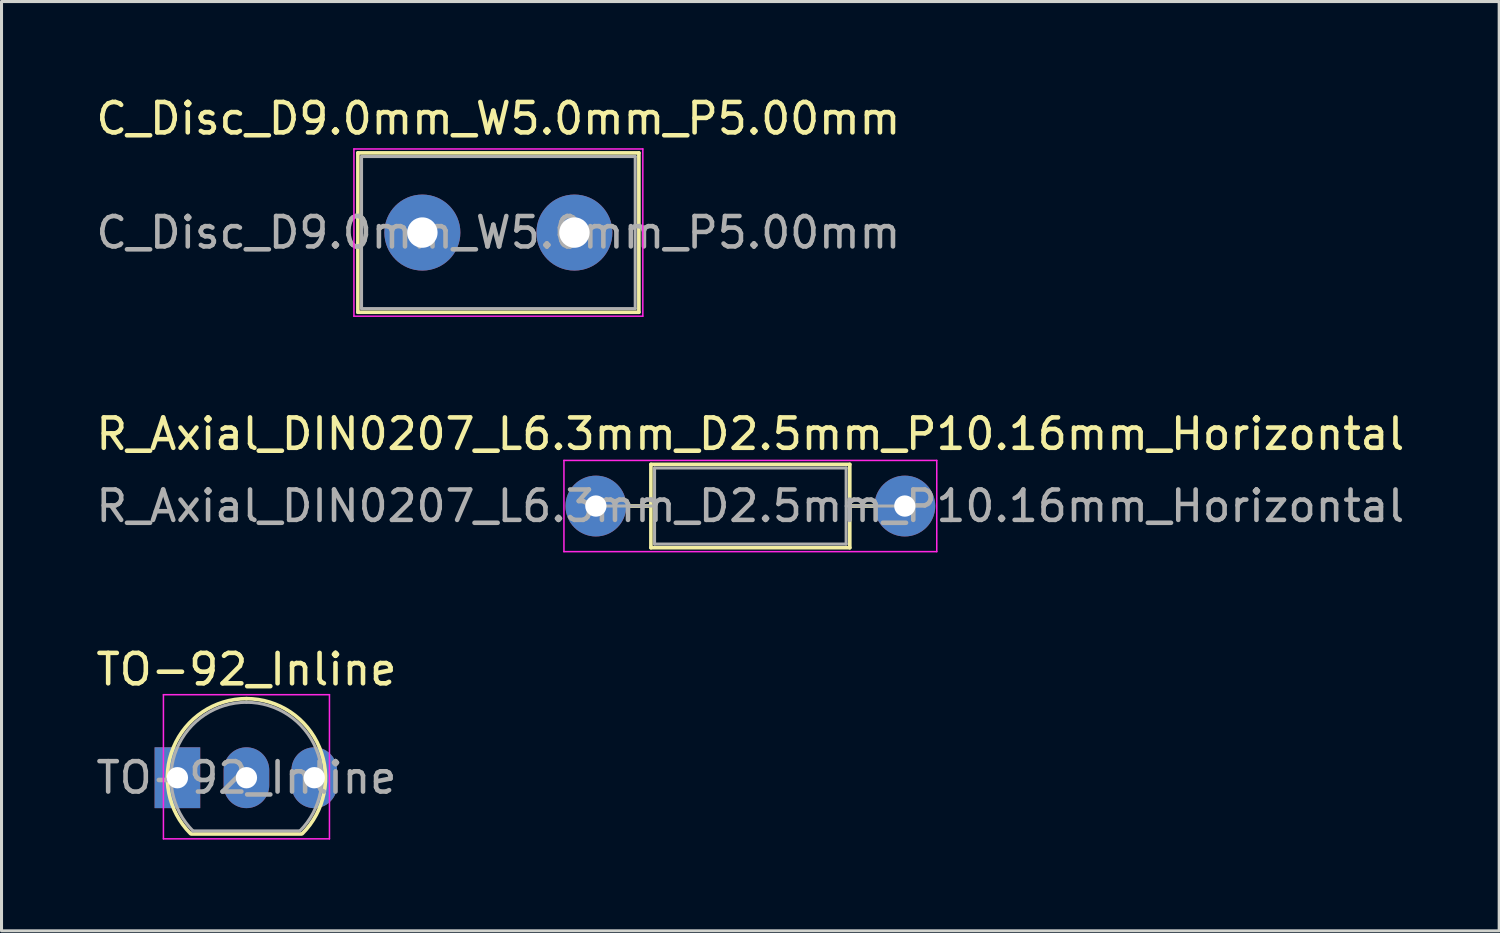
<source format=kicad_pcb>
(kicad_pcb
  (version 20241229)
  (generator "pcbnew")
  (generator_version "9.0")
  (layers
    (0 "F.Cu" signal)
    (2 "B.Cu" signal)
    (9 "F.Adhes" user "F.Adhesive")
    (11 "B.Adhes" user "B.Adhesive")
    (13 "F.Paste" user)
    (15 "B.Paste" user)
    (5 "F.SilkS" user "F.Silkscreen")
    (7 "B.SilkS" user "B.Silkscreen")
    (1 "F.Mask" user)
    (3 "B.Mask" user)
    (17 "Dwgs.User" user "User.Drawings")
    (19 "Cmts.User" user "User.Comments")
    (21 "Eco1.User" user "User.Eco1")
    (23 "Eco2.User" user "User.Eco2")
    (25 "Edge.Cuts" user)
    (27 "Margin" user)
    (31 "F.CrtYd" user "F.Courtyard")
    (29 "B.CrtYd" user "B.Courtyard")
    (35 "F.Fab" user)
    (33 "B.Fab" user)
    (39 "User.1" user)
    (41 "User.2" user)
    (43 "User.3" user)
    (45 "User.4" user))
  (footprint "R_Axial_DIN0207_L6.3mm_D2.5mm_P10.16mm_Horizontal"
    (layer "F.Cu")
    (at 16.545 13.591)
    (property "Reference" "R_Axial_DIN0207_L6.3mm_D2.5mm_P10.16mm_Horizontal" (at 5.08 -2.37 0) (layer "F.SilkS") (effects (font (size 1 1) (thickness 0.15))))
    (attr through_hole)
    (fp_line (start 1.04 0) (end 1.81 0) (stroke (width 0.12) (type solid)) (layer "F.SilkS"))
    (fp_line (start 1.81 -1.37) (end 1.81 1.37) (stroke (width 0.12) (type solid)) (layer "F.SilkS"))
    (fp_line (start 1.81 1.37) (end 8.35 1.37) (stroke (width 0.12) (type solid)) (layer "F.SilkS"))
    (fp_line (start 8.35 -1.37) (end 1.81 -1.37) (stroke (width 0.12) (type solid)) (layer "F.SilkS"))
    (fp_line (start 8.35 1.37) (end 8.35 -1.37) (stroke (width 0.12) (type solid)) (layer "F.SilkS"))
    (fp_line (start 9.12 0) (end 8.35 0) (stroke (width 0.12) (type solid)) (layer "F.SilkS"))
    (fp_line (start -1.05 -1.5) (end -1.05 1.5) (stroke (width 0.05) (type solid)) (layer "F.CrtYd"))
    (fp_line (start -1.05 1.5) (end 11.21 1.5) (stroke (width 0.05) (type solid)) (layer "F.CrtYd"))
    (fp_line (start 11.21 -1.5) (end -1.05 -1.5) (stroke (width 0.05) (type solid)) (layer "F.CrtYd"))
    (fp_line (start 11.21 1.5) (end 11.21 -1.5) (stroke (width 0.05) (type solid)) (layer "F.CrtYd"))
    (fp_line (start 0 0) (end 1.93 0) (stroke (width 0.1) (type solid)) (layer "F.Fab"))
    (fp_line (start 1.93 -1.25) (end 1.93 1.25) (stroke (width 0.1) (type solid)) (layer "F.Fab"))
    (fp_line (start 1.93 1.25) (end 8.23 1.25) (stroke (width 0.1) (type solid)) (layer "F.Fab"))
    (fp_line (start 8.23 -1.25) (end 1.93 -1.25) (stroke (width 0.1) (type solid)) (layer "F.Fab"))
    (fp_line (start 8.23 1.25) (end 8.23 -1.25) (stroke (width 0.1) (type solid)) (layer "F.Fab"))
    (fp_line (start 10.16 0) (end 8.23 0) (stroke (width 0.1) (type solid)) (layer "F.Fab"))
    (fp_text user "${REFERENCE}" (at 5.08 0 0) (layer "F.Fab") (effects (font (size 1 1) (thickness 0.15))))
    (pad "1" thru_hole circle (at 0 0) (size 2 2) (drill 0.7) (layers "*.Cu" "*.Mask"))
    (pad "2" thru_hole circle (at 10.16 0) (size 2 2) (drill 0.7) (layers "*.Cu" "*.Mask")))
  (footprint "TO-92_Inline"
    (layer "F.Cu")
    (at 3.784 22.525)
    (property "Reference" "TO-92_Inline" (at 1.27 -3.56 0) (layer "F.SilkS") (effects (font (size 1 1) (thickness 0.15))))
    (attr through_hole)
    (fp_line (start -0.53 1.85) (end 3.07 1.85) (stroke (width 0.12) (type solid)) (layer "F.SilkS"))
    (fp_arc (start -0.568478 1.838478) (mid -1.132087 -0.994977) (end 1.27 -2.6) (stroke (width 0.12) (type solid)) (layer "F.SilkS"))
    (fp_arc (start 1.27 -2.6) (mid 3.672087 -0.994977) (end 3.108478 1.838478) (stroke (width 0.12) (type solid)) (layer "F.SilkS"))
    (fp_line (start -1.46 -2.73) (end -1.46 2.01) (stroke (width 0.05) (type solid)) (layer "F.CrtYd"))
    (fp_line (start -1.46 -2.73) (end 4 -2.73) (stroke (width 0.05) (type solid)) (layer "F.CrtYd"))
    (fp_line (start 4 2.01) (end -1.46 2.01) (stroke (width 0.05) (type solid)) (layer "F.CrtYd"))
    (fp_line (start 4 2.01) (end 4 -2.73) (stroke (width 0.05) (type solid)) (layer "F.CrtYd"))
    (fp_line (start -0.5 1.75) (end 3 1.75) (stroke (width 0.1) (type solid)) (layer "F.Fab"))
    (fp_arc (start -0.483625 1.753625) (mid -1.021221 -0.949055) (end 1.27 -2.48) (stroke (width 0.1) (type solid)) (layer "F.Fab"))
    (fp_arc (start 1.27 -2.48) (mid 3.561221 -0.949055) (end 3.023625 1.753625) (stroke (width 0.1) (type solid)) (layer "F.Fab"))
    (fp_text user "${REFERENCE}" (at 1.27 0 0) (layer "F.Fab") (effects (font (size 1 1) (thickness 0.15))))
    (pad "1" thru_hole rect (at -1 0) (size 1.5 2) (drill 0.7) (layers "*.Cu" "*.Mask"))
    (pad "2" thru_hole oval (at 1.27 0) (size 1.5 2) (drill 0.7) (layers "*.Cu" "*.Mask"))
    (pad "3" thru_hole oval (at 3.5 0) (size 1.5 2) (drill 0.7) (layers "*.Cu" "*.Mask")))
  (footprint "C_Disc_D9.0mm_W5.0mm_P5.00mm"
    (layer "F.Cu")
    (at 10.839 4.598)
    (property "Reference" "C_Disc_D9.0mm_W5.0mm_P5.00mm" (at 2.5 -3.75 0) (layer "F.SilkS") (effects (font (size 1 1) (thickness 0.15))))
    (attr through_hole)
    (fp_line (start -2.12 -2.62) (end -2.12 2.62) (stroke (width 0.12) (type solid)) (layer "F.SilkS"))
    (fp_line (start -2.12 -2.62) (end 7.12 -2.62) (stroke (width 0.12) (type solid)) (layer "F.SilkS"))
    (fp_line (start -2.12 2.62) (end 7.12 2.62) (stroke (width 0.12) (type solid)) (layer "F.SilkS"))
    (fp_line (start 7.12 -2.62) (end 7.12 2.62) (stroke (width 0.12) (type solid)) (layer "F.SilkS"))
    (fp_line (start -2.25 -2.75) (end -2.25 2.75) (stroke (width 0.05) (type solid)) (layer "F.CrtYd"))
    (fp_line (start -2.25 2.75) (end 7.25 2.75) (stroke (width 0.05) (type solid)) (layer "F.CrtYd"))
    (fp_line (start 7.25 -2.75) (end -2.25 -2.75) (stroke (width 0.05) (type solid)) (layer "F.CrtYd"))
    (fp_line (start 7.25 2.75) (end 7.25 -2.75) (stroke (width 0.05) (type solid)) (layer "F.CrtYd"))
    (fp_line (start -2 -2.5) (end -2 2.5) (stroke (width 0.1) (type solid)) (layer "F.Fab"))
    (fp_line (start -2 2.5) (end 7 2.5) (stroke (width 0.1) (type solid)) (layer "F.Fab"))
    (fp_line (start 7 -2.5) (end -2 -2.5) (stroke (width 0.1) (type solid)) (layer "F.Fab"))
    (fp_line (start 7 2.5) (end 7 -2.5) (stroke (width 0.1) (type solid)) (layer "F.Fab"))
    (fp_text user "${REFERENCE}" (at 2.5 0 0) (layer "F.Fab") (effects (font (size 1 1) (thickness 0.15))))
    (pad "1" thru_hole circle (at 0 0) (size 2.5 2.5) (drill 1) (layers "*.Cu" "*.Mask"))
    (pad "2" thru_hole circle (at 5 0) (size 2.5 2.5) (drill 1) (layers "*.Cu" "*.Mask")))
  (gr_rect
    (start -3 -3)
    (end 46.25 27.56)
    (stroke (width 0.1) (type default))
    (fill no)
    (layer "Edge.Cuts")))
</source>
